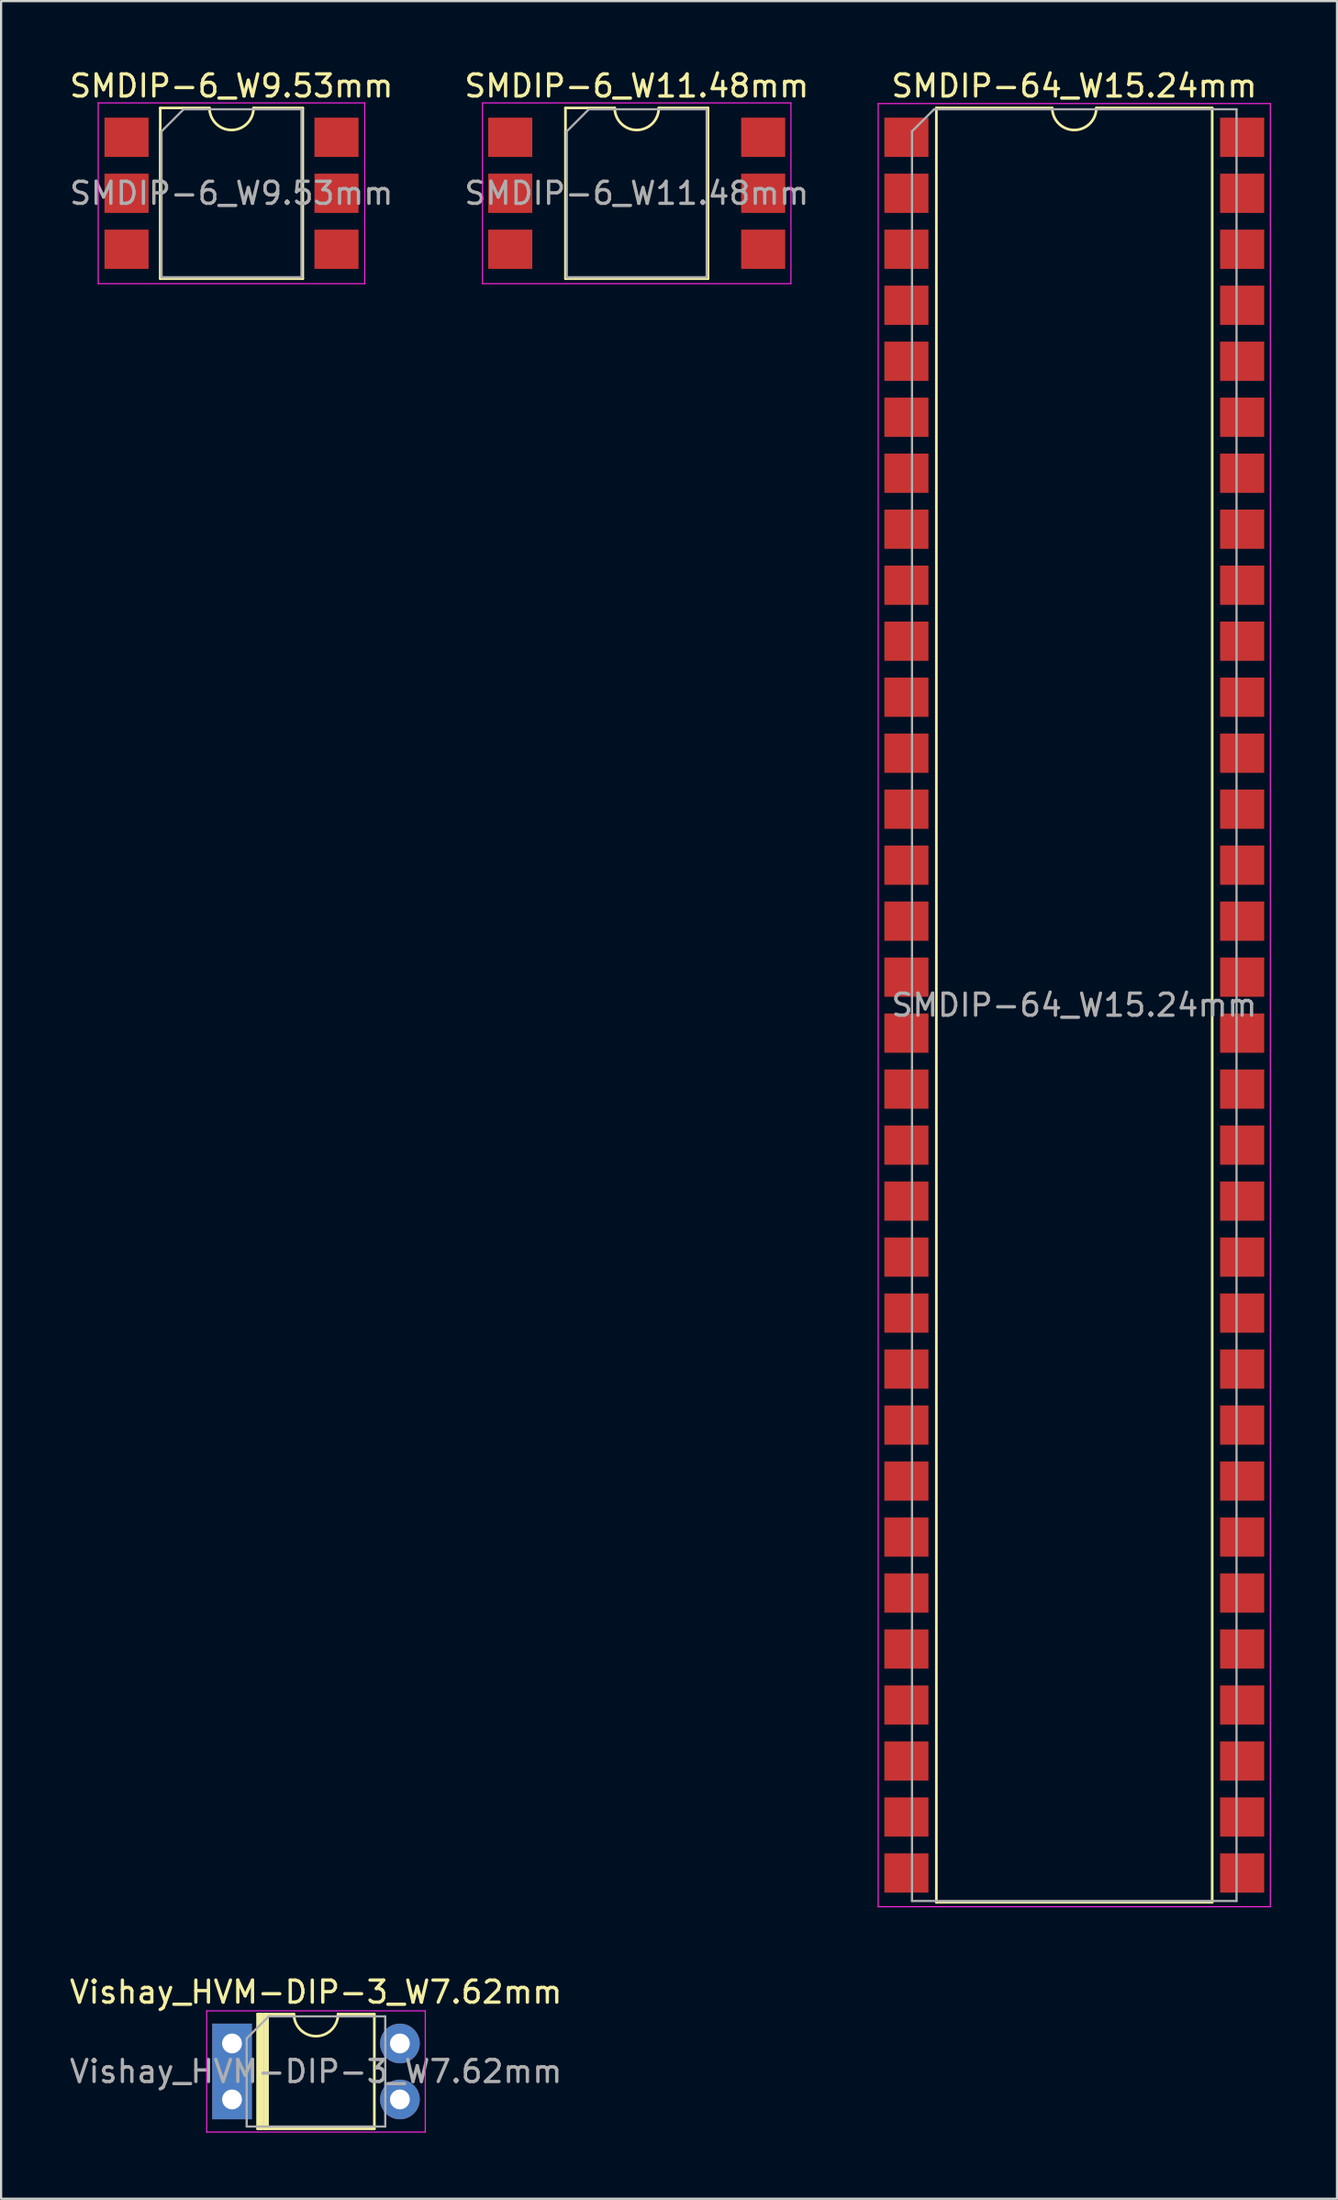
<source format=kicad_pcb>
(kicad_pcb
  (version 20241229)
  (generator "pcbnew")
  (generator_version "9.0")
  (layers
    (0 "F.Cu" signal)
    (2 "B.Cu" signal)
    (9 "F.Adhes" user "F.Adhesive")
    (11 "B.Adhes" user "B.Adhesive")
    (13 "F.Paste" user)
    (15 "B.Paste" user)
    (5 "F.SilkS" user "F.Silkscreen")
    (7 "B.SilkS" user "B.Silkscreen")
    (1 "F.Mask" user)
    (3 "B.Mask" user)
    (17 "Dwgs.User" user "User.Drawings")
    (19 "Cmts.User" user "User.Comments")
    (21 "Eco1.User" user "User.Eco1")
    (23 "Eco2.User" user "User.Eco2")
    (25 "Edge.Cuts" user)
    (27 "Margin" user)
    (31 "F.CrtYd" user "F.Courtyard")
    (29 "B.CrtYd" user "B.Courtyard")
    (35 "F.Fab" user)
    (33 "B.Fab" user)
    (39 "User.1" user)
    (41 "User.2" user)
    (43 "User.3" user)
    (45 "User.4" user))
  (footprint "SMDIP-64_W15.24mm"
    (layer "F.Cu")
    (at 45.711 42.548)
    (property "Reference" "SMDIP-64_W15.24mm" (at 0 -41.7 0) (layer "F.SilkS") (effects (font (size 1 1) (thickness 0.15))))
    (attr smd)
    (fp_line (start -6.26 -40.7) (end -6.26 40.7) (stroke (width 0.12) (type solid)) (layer "F.SilkS"))
    (fp_line (start -6.26 40.7) (end 6.26 40.7) (stroke (width 0.12) (type solid)) (layer "F.SilkS"))
    (fp_line (start -1 -40.7) (end -6.26 -40.7) (stroke (width 0.12) (type solid)) (layer "F.SilkS"))
    (fp_line (start 6.26 -40.7) (end 1 -40.7) (stroke (width 0.12) (type solid)) (layer "F.SilkS"))
    (fp_line (start 6.26 40.7) (end 6.26 -40.7) (stroke (width 0.12) (type solid)) (layer "F.SilkS"))
    (fp_arc (start 1 -40.7) (mid 0 -39.7) (end -1 -40.7) (stroke (width 0.12) (type solid)) (layer "F.SilkS"))
    (fp_line (start -8.9 -40.9) (end -8.9 40.9) (stroke (width 0.05) (type solid)) (layer "F.CrtYd"))
    (fp_line (start -8.9 40.9) (end 8.9 40.9) (stroke (width 0.05) (type solid)) (layer "F.CrtYd"))
    (fp_line (start 8.9 -40.9) (end -8.9 -40.9) (stroke (width 0.05) (type solid)) (layer "F.CrtYd"))
    (fp_line (start 8.9 40.9) (end 8.9 -40.9) (stroke (width 0.05) (type solid)) (layer "F.CrtYd"))
    (fp_line (start -7.365 -39.64) (end -6.365 -40.64) (stroke (width 0.1) (type solid)) (layer "F.Fab"))
    (fp_line (start -7.365 40.64) (end -7.365 -39.64) (stroke (width 0.1) (type solid)) (layer "F.Fab"))
    (fp_line (start -6.365 -40.64) (end 7.365 -40.64) (stroke (width 0.1) (type solid)) (layer "F.Fab"))
    (fp_line (start 7.365 -40.64) (end 7.365 40.64) (stroke (width 0.1) (type solid)) (layer "F.Fab"))
    (fp_line (start 7.365 40.64) (end -7.365 40.64) (stroke (width 0.1) (type solid)) (layer "F.Fab"))
    (fp_text user "${REFERENCE}" (at 0 0 0) (layer "F.Fab") (effects (font (size 1 1) (thickness 0.15))))
    (pad "1" smd rect (at -7.62 -39.37) (size 2 1.78) (layers "F.Cu" "F.Mask" "F.Paste"))
    (pad "2" smd rect (at -7.62 -36.83) (size 2 1.78) (layers "F.Cu" "F.Mask" "F.Paste"))
    (pad "3" smd rect (at -7.62 -34.29) (size 2 1.78) (layers "F.Cu" "F.Mask" "F.Paste"))
    (pad "4" smd rect (at -7.62 -31.75) (size 2 1.78) (layers "F.Cu" "F.Mask" "F.Paste"))
    (pad "5" smd rect (at -7.62 -29.21) (size 2 1.78) (layers "F.Cu" "F.Mask" "F.Paste"))
    (pad "6" smd rect (at -7.62 -26.67) (size 2 1.78) (layers "F.Cu" "F.Mask" "F.Paste"))
    (pad "7" smd rect (at -7.62 -24.13) (size 2 1.78) (layers "F.Cu" "F.Mask" "F.Paste"))
    (pad "8" smd rect (at -7.62 -21.59) (size 2 1.78) (layers "F.Cu" "F.Mask" "F.Paste"))
    (pad "9" smd rect (at -7.62 -19.05) (size 2 1.78) (layers "F.Cu" "F.Mask" "F.Paste"))
    (pad "10" smd rect (at -7.62 -16.51) (size 2 1.78) (layers "F.Cu" "F.Mask" "F.Paste"))
    (pad "11" smd rect (at -7.62 -13.97) (size 2 1.78) (layers "F.Cu" "F.Mask" "F.Paste"))
    (pad "12" smd rect (at -7.62 -11.43) (size 2 1.78) (layers "F.Cu" "F.Mask" "F.Paste"))
    (pad "13" smd rect (at -7.62 -8.89) (size 2 1.78) (layers "F.Cu" "F.Mask" "F.Paste"))
    (pad "14" smd rect (at -7.62 -6.35) (size 2 1.78) (layers "F.Cu" "F.Mask" "F.Paste"))
    (pad "15" smd rect (at -7.62 -3.81) (size 2 1.78) (layers "F.Cu" "F.Mask" "F.Paste"))
    (pad "16" smd rect (at -7.62 -1.27) (size 2 1.78) (layers "F.Cu" "F.Mask" "F.Paste"))
    (pad "17" smd rect (at -7.62 1.27) (size 2 1.78) (layers "F.Cu" "F.Mask" "F.Paste"))
    (pad "18" smd rect (at -7.62 3.81) (size 2 1.78) (layers "F.Cu" "F.Mask" "F.Paste"))
    (pad "19" smd rect (at -7.62 6.35) (size 2 1.78) (layers "F.Cu" "F.Mask" "F.Paste"))
    (pad "20" smd rect (at -7.62 8.89) (size 2 1.78) (layers "F.Cu" "F.Mask" "F.Paste"))
    (pad "21" smd rect (at -7.62 11.43) (size 2 1.78) (layers "F.Cu" "F.Mask" "F.Paste"))
    (pad "22" smd rect (at -7.62 13.97) (size 2 1.78) (layers "F.Cu" "F.Mask" "F.Paste"))
    (pad "23" smd rect (at -7.62 16.51) (size 2 1.78) (layers "F.Cu" "F.Mask" "F.Paste"))
    (pad "24" smd rect (at -7.62 19.05) (size 2 1.78) (layers "F.Cu" "F.Mask" "F.Paste"))
    (pad "25" smd rect (at -7.62 21.59) (size 2 1.78) (layers "F.Cu" "F.Mask" "F.Paste"))
    (pad "26" smd rect (at -7.62 24.13) (size 2 1.78) (layers "F.Cu" "F.Mask" "F.Paste"))
    (pad "27" smd rect (at -7.62 26.67) (size 2 1.78) (layers "F.Cu" "F.Mask" "F.Paste"))
    (pad "28" smd rect (at -7.62 29.21) (size 2 1.78) (layers "F.Cu" "F.Mask" "F.Paste"))
    (pad "29" smd rect (at -7.62 31.75) (size 2 1.78) (layers "F.Cu" "F.Mask" "F.Paste"))
    (pad "30" smd rect (at -7.62 34.29) (size 2 1.78) (layers "F.Cu" "F.Mask" "F.Paste"))
    (pad "31" smd rect (at -7.62 36.83) (size 2 1.78) (layers "F.Cu" "F.Mask" "F.Paste"))
    (pad "32" smd rect (at -7.62 39.37) (size 2 1.78) (layers "F.Cu" "F.Mask" "F.Paste"))
    (pad "33" smd rect (at 7.62 39.37) (size 2 1.78) (layers "F.Cu" "F.Mask" "F.Paste"))
    (pad "34" smd rect (at 7.62 36.83) (size 2 1.78) (layers "F.Cu" "F.Mask" "F.Paste"))
    (pad "35" smd rect (at 7.62 34.29) (size 2 1.78) (layers "F.Cu" "F.Mask" "F.Paste"))
    (pad "36" smd rect (at 7.62 31.75) (size 2 1.78) (layers "F.Cu" "F.Mask" "F.Paste"))
    (pad "37" smd rect (at 7.62 29.21) (size 2 1.78) (layers "F.Cu" "F.Mask" "F.Paste"))
    (pad "38" smd rect (at 7.62 26.67) (size 2 1.78) (layers "F.Cu" "F.Mask" "F.Paste"))
    (pad "39" smd rect (at 7.62 24.13) (size 2 1.78) (layers "F.Cu" "F.Mask" "F.Paste"))
    (pad "40" smd rect (at 7.62 21.59) (size 2 1.78) (layers "F.Cu" "F.Mask" "F.Paste"))
    (pad "41" smd rect (at 7.62 19.05) (size 2 1.78) (layers "F.Cu" "F.Mask" "F.Paste"))
    (pad "42" smd rect (at 7.62 16.51) (size 2 1.78) (layers "F.Cu" "F.Mask" "F.Paste"))
    (pad "43" smd rect (at 7.62 13.97) (size 2 1.78) (layers "F.Cu" "F.Mask" "F.Paste"))
    (pad "44" smd rect (at 7.62 11.43) (size 2 1.78) (layers "F.Cu" "F.Mask" "F.Paste"))
    (pad "45" smd rect (at 7.62 8.89) (size 2 1.78) (layers "F.Cu" "F.Mask" "F.Paste"))
    (pad "46" smd rect (at 7.62 6.35) (size 2 1.78) (layers "F.Cu" "F.Mask" "F.Paste"))
    (pad "47" smd rect (at 7.62 3.81) (size 2 1.78) (layers "F.Cu" "F.Mask" "F.Paste"))
    (pad "48" smd rect (at 7.62 1.27) (size 2 1.78) (layers "F.Cu" "F.Mask" "F.Paste"))
    (pad "49" smd rect (at 7.62 -1.27) (size 2 1.78) (layers "F.Cu" "F.Mask" "F.Paste"))
    (pad "50" smd rect (at 7.62 -3.81) (size 2 1.78) (layers "F.Cu" "F.Mask" "F.Paste"))
    (pad "51" smd rect (at 7.62 -6.35) (size 2 1.78) (layers "F.Cu" "F.Mask" "F.Paste"))
    (pad "52" smd rect (at 7.62 -8.89) (size 2 1.78) (layers "F.Cu" "F.Mask" "F.Paste"))
    (pad "53" smd rect (at 7.62 -11.43) (size 2 1.78) (layers "F.Cu" "F.Mask" "F.Paste"))
    (pad "54" smd rect (at 7.62 -13.97) (size 2 1.78) (layers "F.Cu" "F.Mask" "F.Paste"))
    (pad "55" smd rect (at 7.62 -16.51) (size 2 1.78) (layers "F.Cu" "F.Mask" "F.Paste"))
    (pad "56" smd rect (at 7.62 -19.05) (size 2 1.78) (layers "F.Cu" "F.Mask" "F.Paste"))
    (pad "57" smd rect (at 7.62 -21.59) (size 2 1.78) (layers "F.Cu" "F.Mask" "F.Paste"))
    (pad "58" smd rect (at 7.62 -24.13) (size 2 1.78) (layers "F.Cu" "F.Mask" "F.Paste"))
    (pad "59" smd rect (at 7.62 -26.67) (size 2 1.78) (layers "F.Cu" "F.Mask" "F.Paste"))
    (pad "60" smd rect (at 7.62 -29.21) (size 2 1.78) (layers "F.Cu" "F.Mask" "F.Paste"))
    (pad "61" smd rect (at 7.62 -31.75) (size 2 1.78) (layers "F.Cu" "F.Mask" "F.Paste"))
    (pad "62" smd rect (at 7.62 -34.29) (size 2 1.78) (layers "F.Cu" "F.Mask" "F.Paste"))
    (pad "63" smd rect (at 7.62 -36.83) (size 2 1.78) (layers "F.Cu" "F.Mask" "F.Paste"))
    (pad "64" smd rect (at 7.62 -39.37) (size 2 1.78) (layers "F.Cu" "F.Mask" "F.Paste")))
  (footprint "SMDIP-6_W11.48mm"
    (layer "F.Cu")
    (at 25.851 5.718)
    (property "Reference" "SMDIP-6_W11.48mm" (at 0 -4.87 0) (layer "F.SilkS") (effects (font (size 1 1) (thickness 0.15))))
    (attr smd)
    (fp_line (start -3.235 -3.87) (end -3.235 3.87) (stroke (width 0.12) (type solid)) (layer "F.SilkS"))
    (fp_line (start -3.235 3.87) (end 3.235 3.87) (stroke (width 0.12) (type solid)) (layer "F.SilkS"))
    (fp_line (start -1 -3.87) (end -3.235 -3.87) (stroke (width 0.12) (type solid)) (layer "F.SilkS"))
    (fp_line (start 3.235 -3.87) (end 1 -3.87) (stroke (width 0.12) (type solid)) (layer "F.SilkS"))
    (fp_line (start 3.235 3.87) (end 3.235 -3.87) (stroke (width 0.12) (type solid)) (layer "F.SilkS"))
    (fp_arc (start 1 -3.87) (mid 0 -2.87) (end -1 -3.87) (stroke (width 0.12) (type solid)) (layer "F.SilkS"))
    (fp_line (start -7 -4.1) (end -7 4.1) (stroke (width 0.05) (type solid)) (layer "F.CrtYd"))
    (fp_line (start -7 4.1) (end 7 4.1) (stroke (width 0.05) (type solid)) (layer "F.CrtYd"))
    (fp_line (start 7 -4.1) (end -7 -4.1) (stroke (width 0.05) (type solid)) (layer "F.CrtYd"))
    (fp_line (start 7 4.1) (end 7 -4.1) (stroke (width 0.05) (type solid)) (layer "F.CrtYd"))
    (fp_line (start -3.175 -2.81) (end -2.175 -3.81) (stroke (width 0.1) (type solid)) (layer "F.Fab"))
    (fp_line (start -3.175 3.81) (end -3.175 -2.81) (stroke (width 0.1) (type solid)) (layer "F.Fab"))
    (fp_line (start -2.175 -3.81) (end 3.175 -3.81) (stroke (width 0.1) (type solid)) (layer "F.Fab"))
    (fp_line (start 3.175 -3.81) (end 3.175 3.81) (stroke (width 0.1) (type solid)) (layer "F.Fab"))
    (fp_line (start 3.175 3.81) (end -3.175 3.81) (stroke (width 0.1) (type solid)) (layer "F.Fab"))
    (fp_text user "${REFERENCE}" (at 0 0 0) (layer "F.Fab") (effects (font (size 1 1) (thickness 0.15))))
    (pad "1" smd rect (at -5.74 -2.54) (size 2 1.78) (layers "F.Cu" "F.Mask" "F.Paste"))
    (pad "2" smd rect (at -5.74 0) (size 2 1.78) (layers "F.Cu" "F.Mask" "F.Paste"))
    (pad "3" smd rect (at -5.74 2.54) (size 2 1.78) (layers "F.Cu" "F.Mask" "F.Paste"))
    (pad "4" smd rect (at 5.74 2.54) (size 2 1.78) (layers "F.Cu" "F.Mask" "F.Paste"))
    (pad "5" smd rect (at 5.74 0) (size 2 1.78) (layers "F.Cu" "F.Mask" "F.Paste"))
    (pad "6" smd rect (at 5.74 -2.54) (size 2 1.78) (layers "F.Cu" "F.Mask" "F.Paste")))
  (footprint "SMDIP-6_W9.53mm"
    (layer "F.Cu")
    (at 7.458 5.718)
    (property "Reference" "SMDIP-6_W9.53mm" (at 0 -4.87 0) (layer "F.SilkS") (effects (font (size 1 1) (thickness 0.15))))
    (attr smd)
    (fp_line (start -3.235 -3.87) (end -3.235 3.87) (stroke (width 0.12) (type solid)) (layer "F.SilkS"))
    (fp_line (start -3.235 3.87) (end 3.235 3.87) (stroke (width 0.12) (type solid)) (layer "F.SilkS"))
    (fp_line (start -1 -3.87) (end -3.235 -3.87) (stroke (width 0.12) (type solid)) (layer "F.SilkS"))
    (fp_line (start 3.235 -3.87) (end 1 -3.87) (stroke (width 0.12) (type solid)) (layer "F.SilkS"))
    (fp_line (start 3.235 3.87) (end 3.235 -3.87) (stroke (width 0.12) (type solid)) (layer "F.SilkS"))
    (fp_arc (start 1 -3.87) (mid 0 -2.87) (end -1 -3.87) (stroke (width 0.12) (type solid)) (layer "F.SilkS"))
    (fp_line (start -6.05 -4.1) (end -6.05 4.1) (stroke (width 0.05) (type solid)) (layer "F.CrtYd"))
    (fp_line (start -6.05 4.1) (end 6.05 4.1) (stroke (width 0.05) (type solid)) (layer "F.CrtYd"))
    (fp_line (start 6.05 -4.1) (end -6.05 -4.1) (stroke (width 0.05) (type solid)) (layer "F.CrtYd"))
    (fp_line (start 6.05 4.1) (end 6.05 -4.1) (stroke (width 0.05) (type solid)) (layer "F.CrtYd"))
    (fp_line (start -3.175 -2.81) (end -2.175 -3.81) (stroke (width 0.1) (type solid)) (layer "F.Fab"))
    (fp_line (start -3.175 3.81) (end -3.175 -2.81) (stroke (width 0.1) (type solid)) (layer "F.Fab"))
    (fp_line (start -2.175 -3.81) (end 3.175 -3.81) (stroke (width 0.1) (type solid)) (layer "F.Fab"))
    (fp_line (start 3.175 -3.81) (end 3.175 3.81) (stroke (width 0.1) (type solid)) (layer "F.Fab"))
    (fp_line (start 3.175 3.81) (end -3.175 3.81) (stroke (width 0.1) (type solid)) (layer "F.Fab"))
    (fp_text user "${REFERENCE}" (at 0 0 0) (layer "F.Fab") (effects (font (size 1 1) (thickness 0.15))))
    (pad "1" smd rect (at -4.765 -2.54) (size 2 1.78) (layers "F.Cu" "F.Mask" "F.Paste"))
    (pad "2" smd rect (at -4.765 0) (size 2 1.78) (layers "F.Cu" "F.Mask" "F.Paste"))
    (pad "3" smd rect (at -4.765 2.54) (size 2 1.78) (layers "F.Cu" "F.Mask" "F.Paste"))
    (pad "4" smd rect (at 4.765 2.54) (size 2 1.78) (layers "F.Cu" "F.Mask" "F.Paste"))
    (pad "5" smd rect (at 4.765 0) (size 2 1.78) (layers "F.Cu" "F.Mask" "F.Paste"))
    (pad "6" smd rect (at 4.765 -2.54) (size 2 1.78) (layers "F.Cu" "F.Mask" "F.Paste")))
  (footprint "Vishay_HVM-DIP-3_W7.62mm"
    (layer "F.Cu")
    (at 7.482 89.651)
    (property "Reference" "Vishay_HVM-DIP-3_W7.62mm" (at 3.81 -2.33 0) (layer "F.SilkS") (effects (font (size 1 1) (thickness 0.15))))
    (attr through_hole)
    (fp_line (start 1.16 -1.33) (end 1.16 3.87) (stroke (width 0.12) (type solid)) (layer "F.SilkS"))
    (fp_line (start 1.16 3.87) (end 6.46 3.87) (stroke (width 0.12) (type solid)) (layer "F.SilkS"))
    (fp_line (start 1.21 3.87) (end 1.21 -1.33) (stroke (width 0.12) (type solid)) (layer "F.SilkS"))
    (fp_line (start 1.31 -1.33) (end 1.31 3.87) (stroke (width 0.12) (type solid)) (layer "F.SilkS"))
    (fp_line (start 1.4 -1.3) (end 1.4 3.8) (stroke (width 0.12) (type solid)) (layer "F.SilkS"))
    (fp_line (start 1.51 -1.33) (end 1.51 3.87) (stroke (width 0.12) (type solid)) (layer "F.SilkS"))
    (fp_line (start 1.61 3.87) (end 1.61 -1.33) (stroke (width 0.12) (type solid)) (layer "F.SilkS"))
    (fp_line (start 2.81 -1.33) (end 1.16 -1.33) (stroke (width 0.12) (type solid)) (layer "F.SilkS"))
    (fp_line (start 6.46 -1.33) (end 4.81 -1.33) (stroke (width 0.12) (type solid)) (layer "F.SilkS"))
    (fp_line (start 6.46 3.87) (end 6.46 -1.33) (stroke (width 0.12) (type solid)) (layer "F.SilkS"))
    (fp_arc (start 4.81 -1.33) (mid 3.81 -0.33) (end 2.81 -1.33) (stroke (width 0.12) (type solid)) (layer "F.SilkS"))
    (fp_line (start -1.15 -1.48) (end -1.15 4.02) (stroke (width 0.05) (type solid)) (layer "F.CrtYd"))
    (fp_line (start -1.15 -1.48) (end 8.77 -1.48) (stroke (width 0.05) (type solid)) (layer "F.CrtYd"))
    (fp_line (start 8.77 4.02) (end -1.15 4.02) (stroke (width 0.05) (type solid)) (layer "F.CrtYd"))
    (fp_line (start 8.77 4.02) (end 8.77 -1.48) (stroke (width 0.05) (type solid)) (layer "F.CrtYd"))
    (fp_line (start 0.665 -0.23) (end 1.665 -1.23) (stroke (width 0.1) (type solid)) (layer "F.Fab"))
    (fp_line (start 0.665 3.77) (end 0.665 -0.23) (stroke (width 0.1) (type solid)) (layer "F.Fab"))
    (fp_line (start 1.665 -1.23) (end 6.955 -1.23) (stroke (width 0.1) (type solid)) (layer "F.Fab"))
    (fp_line (start 6.955 -1.23) (end 6.955 3.77) (stroke (width 0.1) (type solid)) (layer "F.Fab"))
    (fp_line (start 6.955 3.77) (end 0.665 3.77) (stroke (width 0.1) (type solid)) (layer "F.Fab"))
    (fp_text user "${REFERENCE}" (at 3.81 1.27 0) (layer "F.Fab") (effects (font (size 1 1) (thickness 0.15))))
    (pad "1" thru_hole rect (at 0 0) (size 1.8 1.8) (drill 0.9) (layers "*.Cu" "*.Mask"))
    (pad "1" thru_hole rect (at 0 2.54) (size 1.8 2.8) (drill 0.9 (offset 0 -0.5)) (layers "*.Cu" "*.Mask"))
    (pad "2" thru_hole oval (at 7.62 2.54) (size 1.8 1.8) (drill 0.9) (layers "*.Cu" "*.Mask"))
    (pad "3" thru_hole oval (at 7.62 0) (size 1.8 1.8) (drill 0.9) (layers "*.Cu" "*.Mask")))
  (gr_rect
    (start -3 -3)
    (end 57.636 96.697)
    (stroke (width 0.1) (type default))
    (fill no)
    (layer "Edge.Cuts")))
</source>
